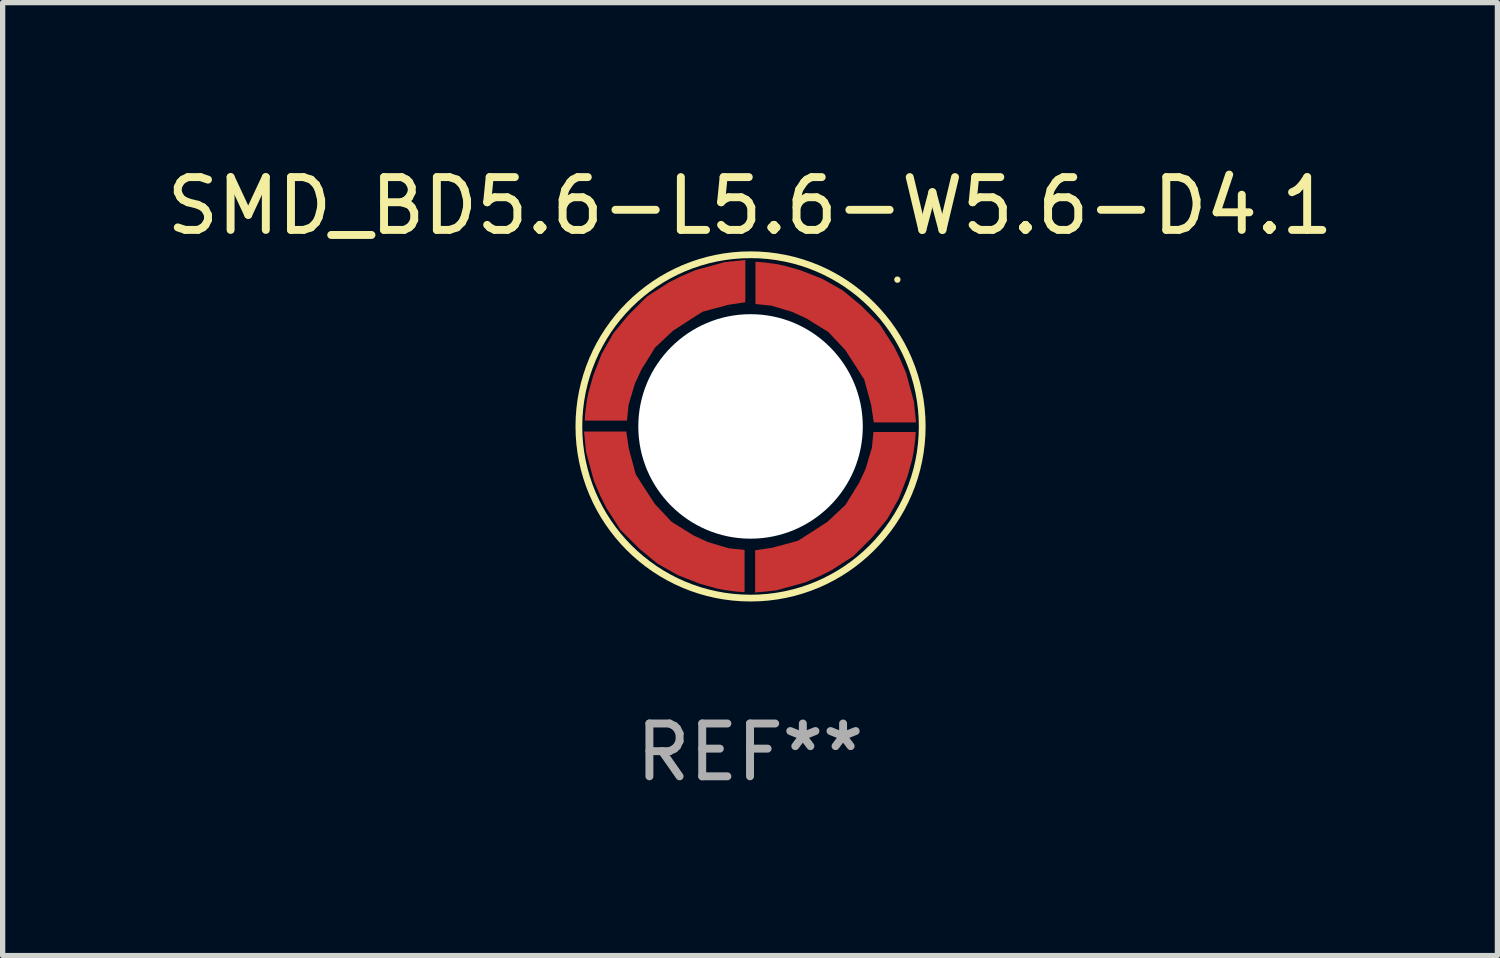
<source format=kicad_pcb>
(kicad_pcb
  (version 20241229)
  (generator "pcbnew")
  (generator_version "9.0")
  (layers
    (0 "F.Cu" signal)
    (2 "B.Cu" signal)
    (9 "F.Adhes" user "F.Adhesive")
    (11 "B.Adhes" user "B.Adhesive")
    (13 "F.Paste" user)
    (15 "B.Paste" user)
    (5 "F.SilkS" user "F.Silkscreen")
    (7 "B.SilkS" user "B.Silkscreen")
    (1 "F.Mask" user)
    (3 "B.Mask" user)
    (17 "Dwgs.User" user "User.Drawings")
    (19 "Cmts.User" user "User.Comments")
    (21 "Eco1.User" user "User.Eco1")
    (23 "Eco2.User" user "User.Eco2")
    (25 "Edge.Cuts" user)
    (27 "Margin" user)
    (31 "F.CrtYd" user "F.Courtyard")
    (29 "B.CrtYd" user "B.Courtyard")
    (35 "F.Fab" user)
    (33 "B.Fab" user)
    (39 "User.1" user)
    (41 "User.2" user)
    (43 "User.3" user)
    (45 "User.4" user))
  (footprint "SMD_BD5.6-L5.6-W5.6-D4.1"
    (layer "F.Cu")
    (at 11.149 5.02)
    (property "Reference" "SMD_BD5.6-L5.6-W5.6-D4.1" (at 0 -4.172 0) (layer "F.SilkS") (effects (font (size 1 1) (thickness 0.15))))
    (attr through_hole)
    (fp_circle (center 0.01 0.003) (end 3.26 0.003) (stroke (width 0.128) (type solid)) (fill no) (layer "F.SilkS"))
    (fp_circle (center 2.79 -2.776) (end 2.82 -2.776) (stroke (width 0.06) (type solid)) (fill no) (layer "F.SilkS"))
    (fp_circle (center 0.01 0.003) (end 1.01 0.003) (stroke (width 2) (type solid)) (fill no) (layer "F.Fab"))
    (fp_text user "REF**" (at 0 6.172 0) (layer "F.Fab") (effects (font (size 1 1) (thickness 0.15))))
    (pad "" np_thru_hole circle (at 0.01 0.003) (size 4.25 4.25) (drill 4.25) (layers "*.Cu" "*.Mask"))
    (pad "1" smd custom (at 1.623 -2.141) (size 0.1 0.1) (layers "F.Cu" "F.Mask" "F.Paste") (options (anchor circle)) (primitives (gr_poly (pts (xy -1.52 -0.973) (xy -1.37 -0.963) (xy -1.14 -0.933) (xy -0.99 -0.903) (xy -0.67 -0.813) (xy -0.26 -0.653) (xy 0.13 -0.433) (xy 0.47 -0.153) (xy 0.83 0.207) (xy 1.1 0.627) (xy 1.21 0.847) (xy 1.33 1.127) (xy 1.48 1.677) (xy 1.52 2.067) (xy 0.72 2.067) (xy 0.67 1.737) (xy 0.54 1.257) (xy 0.4 1.037) (xy 0.18 0.697) (xy -0.14 0.357) (xy -0.56 0.097) (xy -0.82 -0.023) (xy -1.22 -0.143) (xy -1.52 -0.173)) (width 0) (fill yes))))
    (pad "2" smd custom (at 1.617 2.172) (size 0.1 0.1) (layers "F.Cu" "F.Mask" "F.Paste") (options (anchor circle)) (primitives (gr_poly (pts (xy 1.52 -2.064) (xy 1.51 -1.914) (xy 1.48 -1.684) (xy 1.45 -1.534) (xy 1.36 -1.214) (xy 1.2 -0.804) (xy 0.98 -0.414) (xy 0.7 -0.074) (xy 0.34 0.286) (xy -0.08 0.556) (xy -0.3 0.666) (xy -0.58 0.786) (xy -1.13 0.936) (xy -1.52 0.976) (xy -1.52 0.176) (xy -1.19 0.126) (xy -0.71 -0.004) (xy -0.49 -0.144) (xy -0.15 -0.364) (xy 0.19 -0.684) (xy 0.45 -1.104) (xy 0.57 -1.364) (xy 0.69 -1.764) (xy 0.72 -2.064)) (width 0) (fill yes))))
    (pad "3" smd custom (at -1.623 2.167) (size 0.1 0.1) (layers "F.Cu" "F.Mask" "F.Paste") (options (anchor circle)) (primitives (gr_poly (pts (xy 1.52 0.973) (xy 1.37 0.963) (xy 1.14 0.933) (xy 0.99 0.903) (xy 0.67 0.813) (xy 0.26 0.653) (xy -0.13 0.433) (xy -0.47 0.153) (xy -0.83 -0.207) (xy -1.1 -0.627) (xy -1.21 -0.847) (xy -1.33 -1.127) (xy -1.48 -1.677) (xy -1.52 -2.067) (xy -0.72 -2.067) (xy -0.67 -1.737) (xy -0.54 -1.257) (xy -0.4 -1.037) (xy -0.18 -0.697) (xy 0.14 -0.357) (xy 0.56 -0.097) (xy 0.82 0.023) (xy 1.22 0.143) (xy 1.52 0.173)) (width 0) (fill yes))))
    (pad "4" smd custom (at -1.609 -2.172) (size 0.1 0.1) (layers "F.Cu" "F.Mask" "F.Paste") (options (anchor circle)) (primitives (gr_poly (pts (xy -1.52 2.064) (xy -1.51 1.914) (xy -1.48 1.684) (xy -1.45 1.534) (xy -1.36 1.214) (xy -1.2 0.804) (xy -0.98 0.414) (xy -0.7 0.074) (xy -0.34 -0.286) (xy 0.08 -0.556) (xy 0.3 -0.666) (xy 0.58 -0.786) (xy 1.13 -0.936) (xy 1.52 -0.976) (xy 1.52 -0.176) (xy 1.19 -0.126) (xy 0.71 0.004) (xy 0.49 0.144) (xy 0.15 0.364) (xy -0.19 0.684) (xy -0.45 1.104) (xy -0.57 1.364) (xy -0.69 1.764) (xy -0.72 2.064)) (width 0) (fill yes)))))
  (gr_rect
    (start -3 -3)
    (end 25.298 15.04)
    (stroke (width 0.1) (type default))
    (fill no)
    (layer "Edge.Cuts")))
</source>
